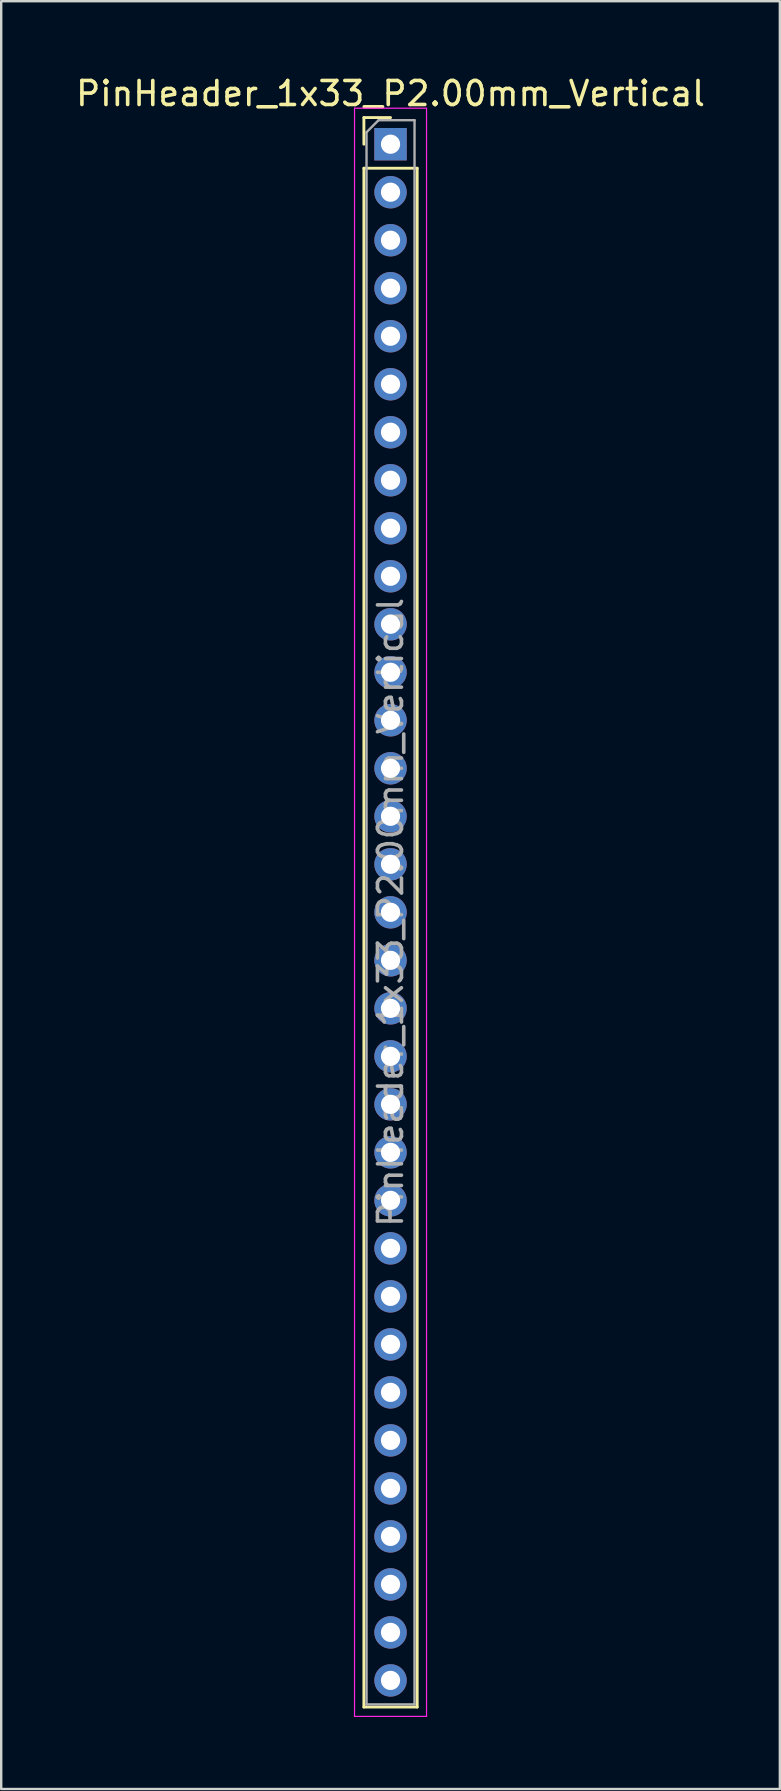
<source format=kicad_pcb>
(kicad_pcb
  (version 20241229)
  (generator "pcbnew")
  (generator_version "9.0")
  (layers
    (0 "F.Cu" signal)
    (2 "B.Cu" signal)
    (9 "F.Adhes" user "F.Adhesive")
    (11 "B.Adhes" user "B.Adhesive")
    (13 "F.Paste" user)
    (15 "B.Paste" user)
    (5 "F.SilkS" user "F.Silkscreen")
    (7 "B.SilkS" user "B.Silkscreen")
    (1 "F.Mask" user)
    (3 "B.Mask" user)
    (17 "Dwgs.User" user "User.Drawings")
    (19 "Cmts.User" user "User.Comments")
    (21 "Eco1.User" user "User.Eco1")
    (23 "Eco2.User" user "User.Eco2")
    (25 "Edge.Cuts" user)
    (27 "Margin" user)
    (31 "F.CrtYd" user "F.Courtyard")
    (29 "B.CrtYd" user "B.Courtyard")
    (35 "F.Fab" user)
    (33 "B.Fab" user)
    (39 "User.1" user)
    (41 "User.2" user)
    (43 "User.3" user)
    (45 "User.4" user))
  (footprint "PinHeader_1x33_P2.00mm_Vertical"
    (layer "F.Cu")
    (at 13.22 2.958)
    (property "Reference" "PinHeader_1x33_P2.00mm_Vertical" (at 0 -2.11 0) (layer "F.SilkS") (effects (font (size 1 1) (thickness 0.15))))
    (attr through_hole)
    (fp_line (start -1.11 -1.11) (end 0 -1.11) (stroke (width 0.12) (type solid)) (layer "F.SilkS"))
    (fp_line (start -1.11 0) (end -1.11 -1.11) (stroke (width 0.12) (type solid)) (layer "F.SilkS"))
    (fp_line (start -1.11 1) (end -1.11 65.11) (stroke (width 0.12) (type solid)) (layer "F.SilkS"))
    (fp_line (start -1.11 1) (end 1.11 1) (stroke (width 0.12) (type solid)) (layer "F.SilkS"))
    (fp_line (start -1.11 65.11) (end 1.11 65.11) (stroke (width 0.12) (type solid)) (layer "F.SilkS"))
    (fp_line (start 1.11 1) (end 1.11 65.11) (stroke (width 0.12) (type solid)) (layer "F.SilkS"))
    (fp_line (start -1.5 -1.5) (end -1.5 65.5) (stroke (width 0.05) (type solid)) (layer "F.CrtYd"))
    (fp_line (start -1.5 65.5) (end 1.5 65.5) (stroke (width 0.05) (type solid)) (layer "F.CrtYd"))
    (fp_line (start 1.5 -1.5) (end -1.5 -1.5) (stroke (width 0.05) (type solid)) (layer "F.CrtYd"))
    (fp_line (start 1.5 65.5) (end 1.5 -1.5) (stroke (width 0.05) (type solid)) (layer "F.CrtYd"))
    (fp_line (start -1 -0.5) (end -0.5 -1) (stroke (width 0.1) (type solid)) (layer "F.Fab"))
    (fp_line (start -1 65) (end -1 -0.5) (stroke (width 0.1) (type solid)) (layer "F.Fab"))
    (fp_line (start -0.5 -1) (end 1 -1) (stroke (width 0.1) (type solid)) (layer "F.Fab"))
    (fp_line (start 1 -1) (end 1 65) (stroke (width 0.1) (type solid)) (layer "F.Fab"))
    (fp_line (start 1 65) (end -1 65) (stroke (width 0.1) (type solid)) (layer "F.Fab"))
    (fp_text user "${REFERENCE}" (at 0 32 90) (layer "F.Fab") (effects (font (size 1 1) (thickness 0.15))))
    (pad "1" thru_hole rect (at 0 0) (size 1.35 1.35) (drill 0.8) (layers "*.Cu" "*.Mask"))
    (pad "2" thru_hole circle (at 0 2) (size 1.35 1.35) (drill 0.8) (layers "*.Cu" "*.Mask"))
    (pad "3" thru_hole circle (at 0 4) (size 1.35 1.35) (drill 0.8) (layers "*.Cu" "*.Mask"))
    (pad "4" thru_hole circle (at 0 6) (size 1.35 1.35) (drill 0.8) (layers "*.Cu" "*.Mask"))
    (pad "5" thru_hole circle (at 0 8) (size 1.35 1.35) (drill 0.8) (layers "*.Cu" "*.Mask"))
    (pad "6" thru_hole circle (at 0 10) (size 1.35 1.35) (drill 0.8) (layers "*.Cu" "*.Mask"))
    (pad "7" thru_hole circle (at 0 12) (size 1.35 1.35) (drill 0.8) (layers "*.Cu" "*.Mask"))
    (pad "8" thru_hole circle (at 0 14) (size 1.35 1.35) (drill 0.8) (layers "*.Cu" "*.Mask"))
    (pad "9" thru_hole circle (at 0 16) (size 1.35 1.35) (drill 0.8) (layers "*.Cu" "*.Mask"))
    (pad "10" thru_hole circle (at 0 18) (size 1.35 1.35) (drill 0.8) (layers "*.Cu" "*.Mask"))
    (pad "11" thru_hole circle (at 0 20) (size 1.35 1.35) (drill 0.8) (layers "*.Cu" "*.Mask"))
    (pad "12" thru_hole circle (at 0 22) (size 1.35 1.35) (drill 0.8) (layers "*.Cu" "*.Mask"))
    (pad "13" thru_hole circle (at 0 24) (size 1.35 1.35) (drill 0.8) (layers "*.Cu" "*.Mask"))
    (pad "14" thru_hole circle (at 0 26) (size 1.35 1.35) (drill 0.8) (layers "*.Cu" "*.Mask"))
    (pad "15" thru_hole circle (at 0 28) (size 1.35 1.35) (drill 0.8) (layers "*.Cu" "*.Mask"))
    (pad "16" thru_hole circle (at 0 30) (size 1.35 1.35) (drill 0.8) (layers "*.Cu" "*.Mask"))
    (pad "17" thru_hole circle (at 0 32) (size 1.35 1.35) (drill 0.8) (layers "*.Cu" "*.Mask"))
    (pad "18" thru_hole circle (at 0 34) (size 1.35 1.35) (drill 0.8) (layers "*.Cu" "*.Mask"))
    (pad "19" thru_hole circle (at 0 36) (size 1.35 1.35) (drill 0.8) (layers "*.Cu" "*.Mask"))
    (pad "20" thru_hole circle (at 0 38) (size 1.35 1.35) (drill 0.8) (layers "*.Cu" "*.Mask"))
    (pad "21" thru_hole circle (at 0 40) (size 1.35 1.35) (drill 0.8) (layers "*.Cu" "*.Mask"))
    (pad "22" thru_hole circle (at 0 42) (size 1.35 1.35) (drill 0.8) (layers "*.Cu" "*.Mask"))
    (pad "23" thru_hole circle (at 0 44) (size 1.35 1.35) (drill 0.8) (layers "*.Cu" "*.Mask"))
    (pad "24" thru_hole circle (at 0 46) (size 1.35 1.35) (drill 0.8) (layers "*.Cu" "*.Mask"))
    (pad "25" thru_hole circle (at 0 48) (size 1.35 1.35) (drill 0.8) (layers "*.Cu" "*.Mask"))
    (pad "26" thru_hole circle (at 0 50) (size 1.35 1.35) (drill 0.8) (layers "*.Cu" "*.Mask"))
    (pad "27" thru_hole circle (at 0 52) (size 1.35 1.35) (drill 0.8) (layers "*.Cu" "*.Mask"))
    (pad "28" thru_hole circle (at 0 54) (size 1.35 1.35) (drill 0.8) (layers "*.Cu" "*.Mask"))
    (pad "29" thru_hole circle (at 0 56) (size 1.35 1.35) (drill 0.8) (layers "*.Cu" "*.Mask"))
    (pad "30" thru_hole circle (at 0 58) (size 1.35 1.35) (drill 0.8) (layers "*.Cu" "*.Mask"))
    (pad "31" thru_hole circle (at 0 60) (size 1.35 1.35) (drill 0.8) (layers "*.Cu" "*.Mask"))
    (pad "32" thru_hole circle (at 0 62) (size 1.35 1.35) (drill 0.8) (layers "*.Cu" "*.Mask"))
    (pad "33" thru_hole circle (at 0 64) (size 1.35 1.35) (drill 0.8) (layers "*.Cu" "*.Mask")))
  (gr_rect
    (start -3 -3)
    (end 29.44 71.483)
    (stroke (width 0.1) (type default))
    (fill no)
    (layer "Edge.Cuts")))
</source>
